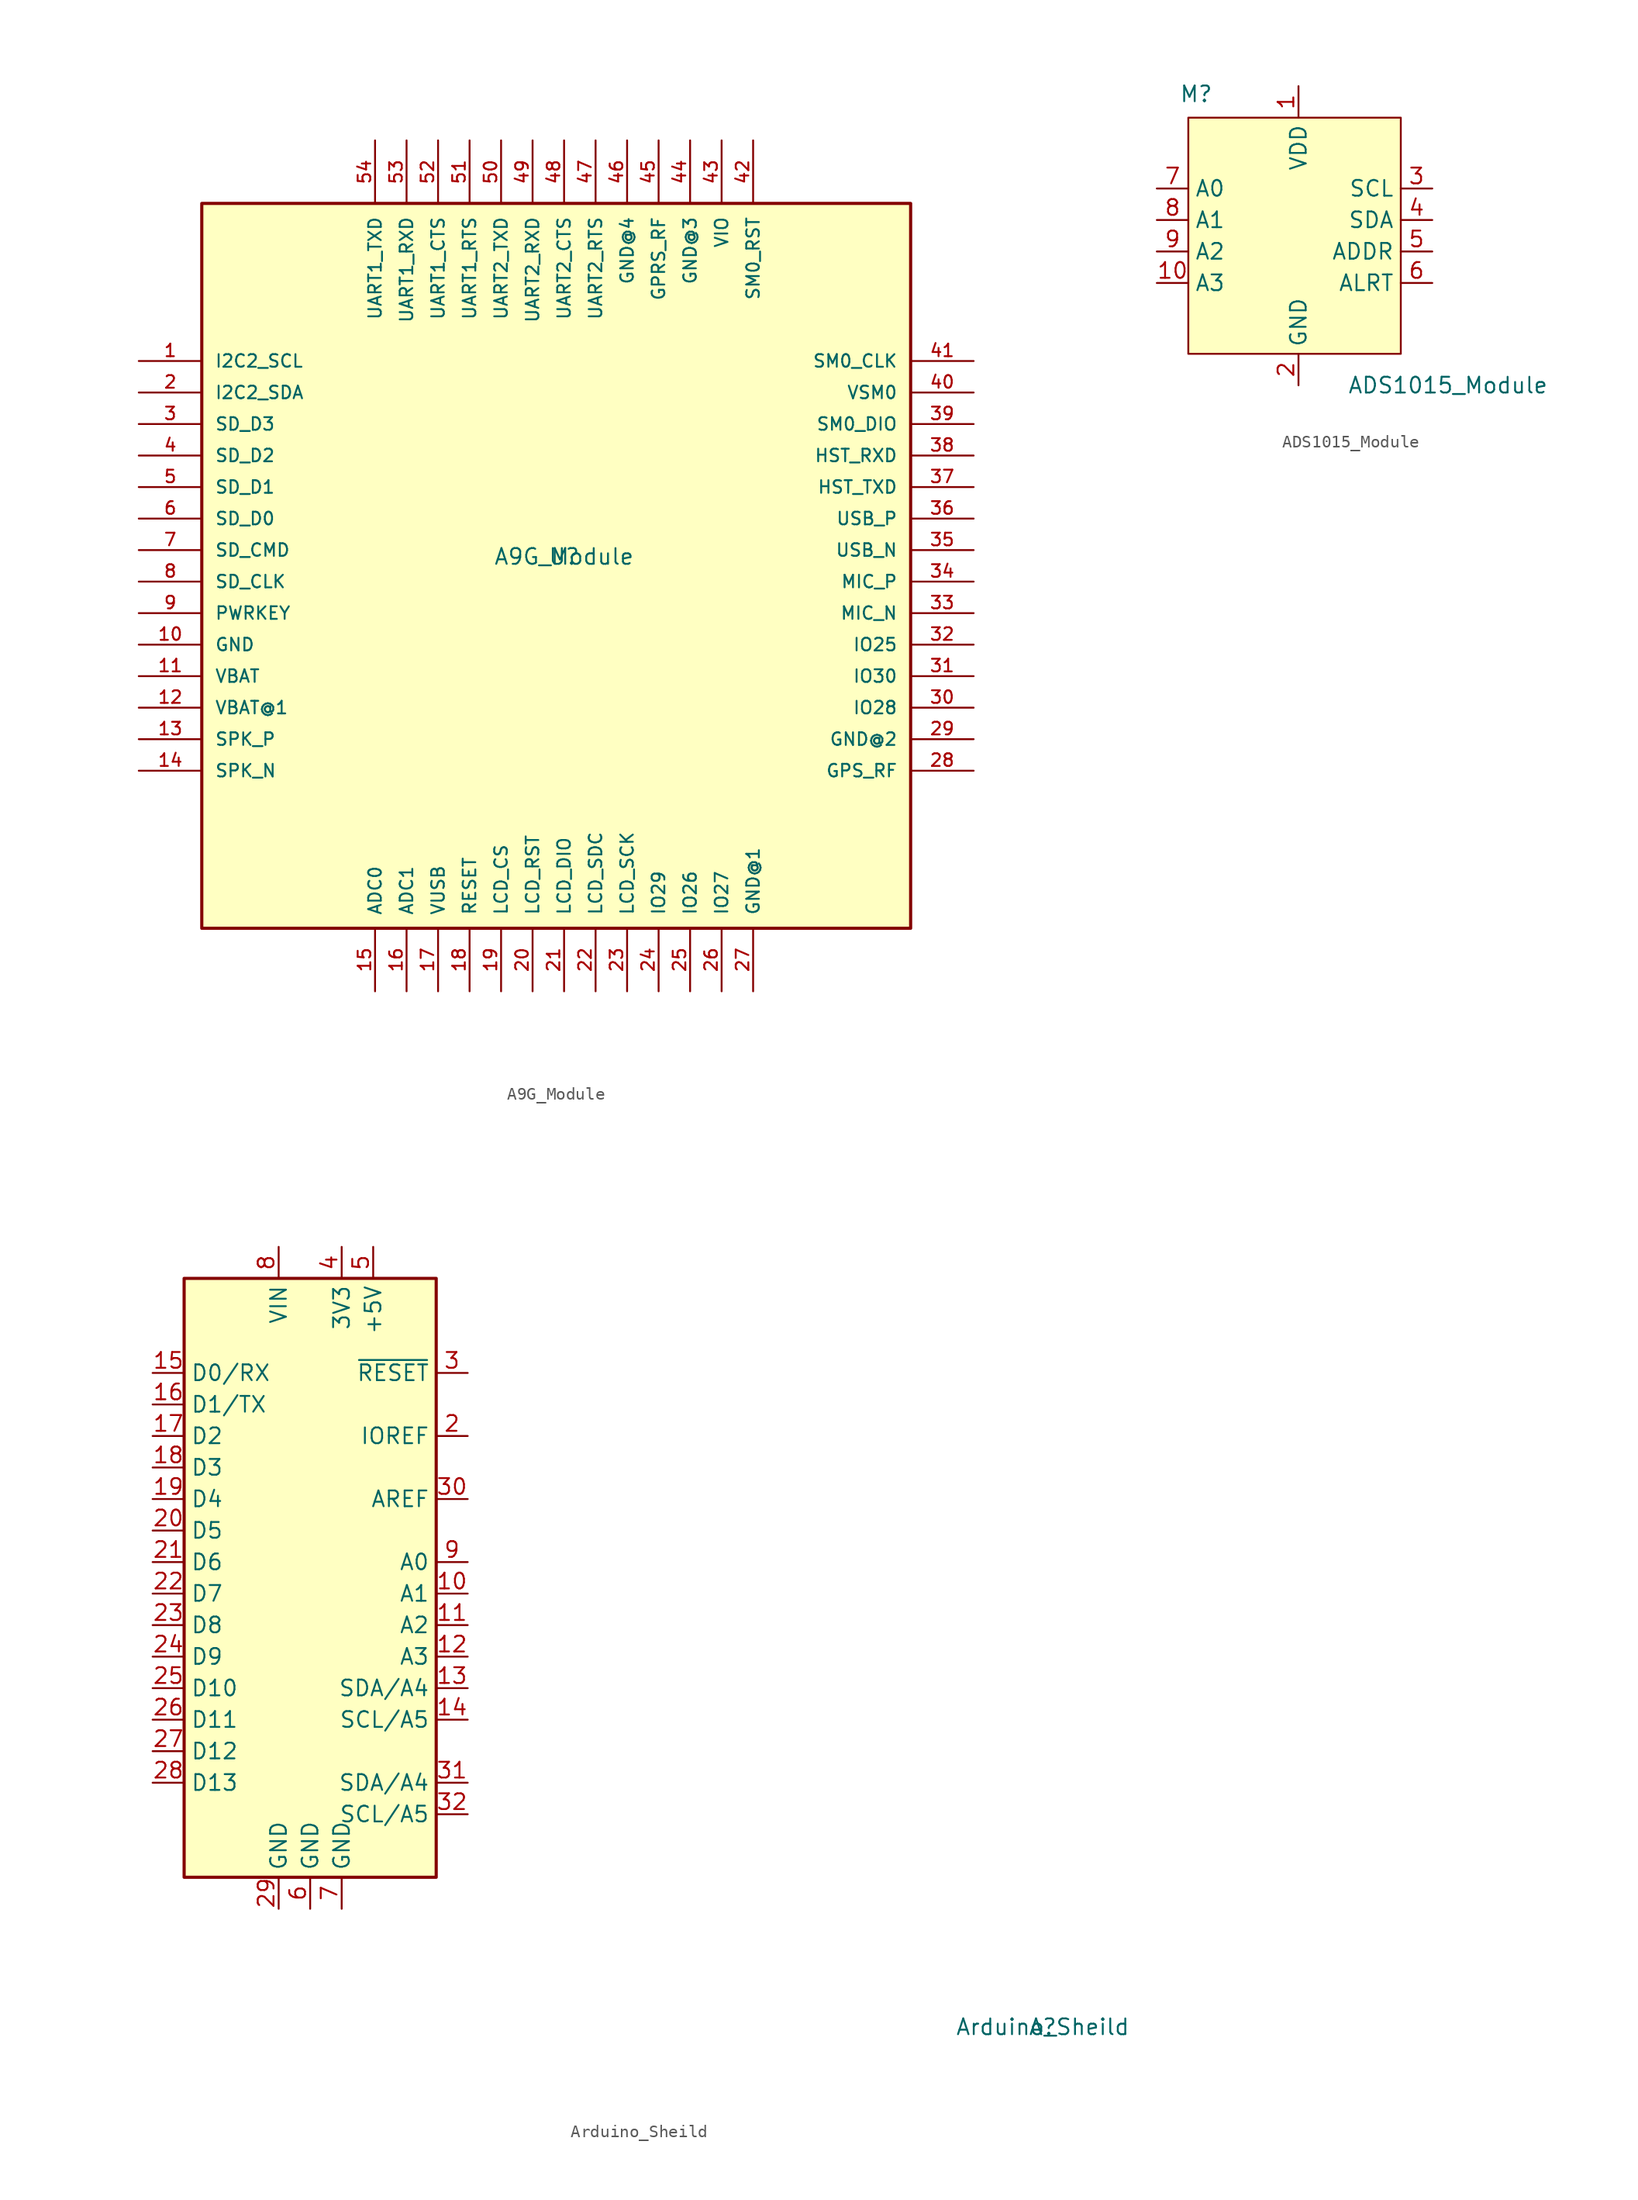
<source format=kicad_sym>
(kicad_symbol_lib
  (version 20220914)
  (generator kicad_symbol_editor)
  (symbol "A9G_Module"
    (pin_names
      (offset 1.016))
    (property "Reference" "U"
      (at 0 0 0)
      (effects (font (size 1.27 1.27)) (justify bottom)))
    (property "Value" "A9G_Module"
      (at 0 0 0)
      (effects (font (size 1.27 1.27)) (justify bottom)))
    (symbol "A9G_Module_0_0"
      (rectangle (start -29.21 -29.21) (end 27.94 29.21) (stroke (width 0.254) (type default)) (fill (type background)))
      (pin bidirectional line (at -34.29 16.51 0) (length 5.08) (name "I2C2_SCL" (effects (font (size 1.016 1.016)))) (number "1" (effects (font (size 1.016 1.016)))))
      (pin bidirectional line (at -34.29 -6.35 0) (length 5.08) (name "GND" (effects (font (size 1.016 1.016)))) (number "10" (effects (font (size 1.016 1.016)))))
      (pin bidirectional line (at -34.29 -8.89 0) (length 5.08) (name "VBAT" (effects (font (size 1.016 1.016)))) (number "11" (effects (font (size 1.016 1.016)))))
      (pin bidirectional line (at -34.29 -11.43 0) (length 5.08) (name "VBAT@1" (effects (font (size 1.016 1.016)))) (number "12" (effects (font (size 1.016 1.016)))))
      (pin bidirectional line (at -34.29 -13.97 0) (length 5.08) (name "SPK_P" (effects (font (size 1.016 1.016)))) (number "13" (effects (font (size 1.016 1.016)))))
      (pin bidirectional line (at -34.29 -16.51 0) (length 5.08) (name "SPK_N" (effects (font (size 1.016 1.016)))) (number "14" (effects (font (size 1.016 1.016)))))
      (pin bidirectional line (at -15.24 -34.29 90) (length 5.08) (name "ADC0" (effects (font (size 1.016 1.016)))) (number "15" (effects (font (size 1.016 1.016)))))
      (pin bidirectional line (at -12.7 -34.29 90) (length 5.08) (name "ADC1" (effects (font (size 1.016 1.016)))) (number "16" (effects (font (size 1.016 1.016)))))
      (pin bidirectional line (at -10.16 -34.29 90) (length 5.08) (name "VUSB" (effects (font (size 1.016 1.016)))) (number "17" (effects (font (size 1.016 1.016)))))
      (pin bidirectional line (at -7.62 -34.29 90) (length 5.08) (name "RESET" (effects (font (size 1.016 1.016)))) (number "18" (effects (font (size 1.016 1.016)))))
      (pin bidirectional line (at -5.08 -34.29 90) (length 5.08) (name "LCD_CS" (effects (font (size 1.016 1.016)))) (number "19" (effects (font (size 1.016 1.016)))))
      (pin bidirectional line (at -34.29 13.97 0) (length 5.08) (name "I2C2_SDA" (effects (font (size 1.016 1.016)))) (number "2" (effects (font (size 1.016 1.016)))))
      (pin bidirectional line (at -2.54 -34.29 90) (length 5.08) (name "LCD_RST" (effects (font (size 1.016 1.016)))) (number "20" (effects (font (size 1.016 1.016)))))
      (pin bidirectional line (at 0 -34.29 90) (length 5.08) (name "LCD_DIO" (effects (font (size 1.016 1.016)))) (number "21" (effects (font (size 1.016 1.016)))))
      (pin bidirectional line (at 2.54 -34.29 90) (length 5.08) (name "LCD_SDC" (effects (font (size 1.016 1.016)))) (number "22" (effects (font (size 1.016 1.016)))))
      (pin bidirectional line (at 5.08 -34.29 90) (length 5.08) (name "LCD_SCK" (effects (font (size 1.016 1.016)))) (number "23" (effects (font (size 1.016 1.016)))))
      (pin bidirectional line (at 7.62 -34.29 90) (length 5.08) (name "IO29" (effects (font (size 1.016 1.016)))) (number "24" (effects (font (size 1.016 1.016)))))
      (pin bidirectional line (at 10.16 -34.29 90) (length 5.08) (name "IO26" (effects (font (size 1.016 1.016)))) (number "25" (effects (font (size 1.016 1.016)))))
      (pin bidirectional line (at 12.7 -34.29 90) (length 5.08) (name "IO27" (effects (font (size 1.016 1.016)))) (number "26" (effects (font (size 1.016 1.016)))))
      (pin bidirectional line (at 15.24 -34.29 90) (length 5.08) (name "GND@1" (effects (font (size 1.016 1.016)))) (number "27" (effects (font (size 1.016 1.016)))))
      (pin bidirectional line (at 33.02 -16.51 180) (length 5.08) (name "GPS_RF" (effects (font (size 1.016 1.016)))) (number "28" (effects (font (size 1.016 1.016)))))
      (pin bidirectional line (at 33.02 -13.97 180) (length 5.08) (name "GND@2" (effects (font (size 1.016 1.016)))) (number "29" (effects (font (size 1.016 1.016)))))
      (pin bidirectional line (at -34.29 11.43 0) (length 5.08) (name "SD_D3" (effects (font (size 1.016 1.016)))) (number "3" (effects (font (size 1.016 1.016)))))
      (pin bidirectional line (at 33.02 -11.43 180) (length 5.08) (name "IO28" (effects (font (size 1.016 1.016)))) (number "30" (effects (font (size 1.016 1.016)))))
      (pin bidirectional line (at 33.02 -8.89 180) (length 5.08) (name "IO30" (effects (font (size 1.016 1.016)))) (number "31" (effects (font (size 1.016 1.016)))))
      (pin bidirectional line (at 33.02 -6.35 180) (length 5.08) (name "IO25" (effects (font (size 1.016 1.016)))) (number "32" (effects (font (size 1.016 1.016)))))
      (pin bidirectional line (at 33.02 -3.81 180) (length 5.08) (name "MIC_N" (effects (font (size 1.016 1.016)))) (number "33" (effects (font (size 1.016 1.016)))))
      (pin bidirectional line (at 33.02 -1.27 180) (length 5.08) (name "MIC_P" (effects (font (size 1.016 1.016)))) (number "34" (effects (font (size 1.016 1.016)))))
      (pin bidirectional line (at 33.02 1.27 180) (length 5.08) (name "USB_N" (effects (font (size 1.016 1.016)))) (number "35" (effects (font (size 1.016 1.016)))))
      (pin bidirectional line (at 33.02 3.81 180) (length 5.08) (name "USB_P" (effects (font (size 1.016 1.016)))) (number "36" (effects (font (size 1.016 1.016)))))
      (pin bidirectional line (at 33.02 6.35 180) (length 5.08) (name "HST_TXD" (effects (font (size 1.016 1.016)))) (number "37" (effects (font (size 1.016 1.016)))))
      (pin bidirectional line (at 33.02 8.89 180) (length 5.08) (name "HST_RXD" (effects (font (size 1.016 1.016)))) (number "38" (effects (font (size 1.016 1.016)))))
      (pin bidirectional line (at 33.02 11.43 180) (length 5.08) (name "SM0_DIO" (effects (font (size 1.016 1.016)))) (number "39" (effects (font (size 1.016 1.016)))))
      (pin bidirectional line (at -34.29 8.89 0) (length 5.08) (name "SD_D2" (effects (font (size 1.016 1.016)))) (number "4" (effects (font (size 1.016 1.016)))))
      (pin bidirectional line (at 33.02 13.97 180) (length 5.08) (name "VSM0" (effects (font (size 1.016 1.016)))) (number "40" (effects (font (size 1.016 1.016)))))
      (pin bidirectional line (at 33.02 16.51 180) (length 5.08) (name "SM0_CLK" (effects (font (size 1.016 1.016)))) (number "41" (effects (font (size 1.016 1.016)))))
      (pin bidirectional line (at 15.24 34.29 270) (length 5.08) (name "SM0_RST" (effects (font (size 1.016 1.016)))) (number "42" (effects (font (size 1.016 1.016)))))
      (pin bidirectional line (at 12.7 34.29 270) (length 5.08) (name "VIO" (effects (font (size 1.016 1.016)))) (number "43" (effects (font (size 1.016 1.016)))))
      (pin bidirectional line (at 10.16 34.29 270) (length 5.08) (name "GND@3" (effects (font (size 1.016 1.016)))) (number "44" (effects (font (size 1.016 1.016)))))
      (pin bidirectional line (at 7.62 34.29 270) (length 5.08) (name "GPRS_RF" (effects (font (size 1.016 1.016)))) (number "45" (effects (font (size 1.016 1.016)))))
      (pin bidirectional line (at 5.08 34.29 270) (length 5.08) (name "GND@4" (effects (font (size 1.016 1.016)))) (number "46" (effects (font (size 1.016 1.016)))))
      (pin bidirectional line (at 2.54 34.29 270) (length 5.08) (name "UART2_RTS" (effects (font (size 1.016 1.016)))) (number "47" (effects (font (size 1.016 1.016)))))
      (pin bidirectional line (at 0 34.29 270) (length 5.08) (name "UART2_CTS" (effects (font (size 1.016 1.016)))) (number "48" (effects (font (size 1.016 1.016)))))
      (pin bidirectional line (at -2.54 34.29 270) (length 5.08) (name "UART2_RXD" (effects (font (size 1.016 1.016)))) (number "49" (effects (font (size 1.016 1.016)))))
      (pin bidirectional line (at -34.29 6.35 0) (length 5.08) (name "SD_D1" (effects (font (size 1.016 1.016)))) (number "5" (effects (font (size 1.016 1.016)))))
      (pin bidirectional line (at -5.08 34.29 270) (length 5.08) (name "UART2_TXD" (effects (font (size 1.016 1.016)))) (number "50" (effects (font (size 1.016 1.016)))))
      (pin bidirectional line (at -7.62 34.29 270) (length 5.08) (name "UART1_RTS" (effects (font (size 1.016 1.016)))) (number "51" (effects (font (size 1.016 1.016)))))
      (pin bidirectional line (at -10.16 34.29 270) (length 5.08) (name "UART1_CTS" (effects (font (size 1.016 1.016)))) (number "52" (effects (font (size 1.016 1.016)))))
      (pin bidirectional line (at -12.7 34.29 270) (length 5.08) (name "UART1_RXD" (effects (font (size 1.016 1.016)))) (number "53" (effects (font (size 1.016 1.016)))))
      (pin bidirectional line (at -15.24 34.29 270) (length 5.08) (name "UART1_TXD" (effects (font (size 1.016 1.016)))) (number "54" (effects (font (size 1.016 1.016)))))
      (pin bidirectional line (at -34.29 3.81 0) (length 5.08) (name "SD_D0" (effects (font (size 1.016 1.016)))) (number "6" (effects (font (size 1.016 1.016)))))
      (pin bidirectional line (at -34.29 1.27 0) (length 5.08) (name "SD_CMD" (effects (font (size 1.016 1.016)))) (number "7" (effects (font (size 1.016 1.016)))))
      (pin bidirectional line (at -34.29 -1.27 0) (length 5.08) (name "SD_CLK" (effects (font (size 1.016 1.016)))) (number "8" (effects (font (size 1.016 1.016)))))
      (pin bidirectional line (at -34.29 -3.81 0) (length 5.08) (name "PWRKEY" (effects (font (size 1.016 1.016)))) (number "9" (effects (font (size 1.016 1.016)))))))
  (symbol "ADS1015_Module"
    (property "Reference" "M"
      (at -6.985 12.065 0)
      (effects (font (size 1.27 1.27))))
    (property "Value" "ADS1015_Module"
      (at 13.335 -11.43 0)
      (effects (font (size 1.27 1.27))))
    (symbol "ADS1015_Module_0_1"
      (rectangle (start -7.62 10.16) (end 9.525 -8.89) (stroke (width 0.152) (type default)) (fill (type background))))
    (symbol "ADS1015_Module_1_1"
      (pin input line (at 1.27 12.7 270) (length 2.54) (name "VDD" (effects (font (size 1.27 1.27)))) (number "1" (effects (font (size 1.27 1.27)))))
      (pin input line (at -10.16 -3.175 0) (length 2.54) (name "A3" (effects (font (size 1.27 1.27)))) (number "10" (effects (font (size 1.27 1.27)))))
      (pin input line (at 1.27 -11.43 90) (length 2.54) (name "GND" (effects (font (size 1.27 1.27)))) (number "2" (effects (font (size 1.27 1.27)))))
      (pin input line (at 12.065 4.445 180) (length 2.54) (name "SCL" (effects (font (size 1.27 1.27)))) (number "3" (effects (font (size 1.27 1.27)))))
      (pin input line (at 12.065 1.905 180) (length 2.54) (name "SDA" (effects (font (size 1.27 1.27)))) (number "4" (effects (font (size 1.27 1.27)))))
      (pin input line (at 12.065 -0.635 180) (length 2.54) (name "ADDR" (effects (font (size 1.27 1.27)))) (number "5" (effects (font (size 1.27 1.27)))))
      (pin input line (at 12.065 -3.175 180) (length 2.54) (name "ALRT" (effects (font (size 1.27 1.27)))) (number "6" (effects (font (size 1.27 1.27)))))
      (pin input line (at -10.16 4.445 0) (length 2.54) (name "A0" (effects (font (size 1.27 1.27)))) (number "7" (effects (font (size 1.27 1.27)))))
      (pin input line (at -10.16 1.905 0) (length 2.54) (name "A1" (effects (font (size 1.27 1.27)))) (number "8" (effects (font (size 1.27 1.27)))))
      (pin input line (at -10.16 -0.635 0) (length 2.54) (name "A2" (effects (font (size 1.27 1.27)))) (number "9" (effects (font (size 1.27 1.27)))))))
  (symbol "Arduino_Sheild"
    (property "Reference" "A"
      (at 57.785 -33.655 0)
      (effects (font (size 1.27 1.27))))
    (property "Value" "Arduino_Sheild"
      (at 57.785 -33.655 0)
      (effects (font (size 1.27 1.27))))
    (symbol "Arduino_Sheild_0_1"
      (rectangle (start -11.43 26.67) (end 8.89 -21.59) (stroke (width 0.254) (type default)) (fill (type background))))
    (symbol "Arduino_Sheild_1_1"
      (pin no_connect line (at -11.43 -16.51 0) (length 2.54) hide (name "NC" (effects (font (size 1.27 1.27)))) (number "1" (effects (font (size 1.27 1.27)))))
      (pin bidirectional line (at 11.43 1.27 180) (length 2.54) (name "A1" (effects (font (size 1.27 1.27)))) (number "10" (effects (font (size 1.27 1.27)))))
      (pin bidirectional line (at 11.43 -1.27 180) (length 2.54) (name "A2" (effects (font (size 1.27 1.27)))) (number "11" (effects (font (size 1.27 1.27)))))
      (pin bidirectional line (at 11.43 -3.81 180) (length 2.54) (name "A3" (effects (font (size 1.27 1.27)))) (number "12" (effects (font (size 1.27 1.27)))))
      (pin bidirectional line (at 11.43 -6.35 180) (length 2.54) (name "SDA/A4" (effects (font (size 1.27 1.27)))) (number "13" (effects (font (size 1.27 1.27)))))
      (pin bidirectional line (at 11.43 -8.89 180) (length 2.54) (name "SCL/A5" (effects (font (size 1.27 1.27)))) (number "14" (effects (font (size 1.27 1.27)))))
      (pin bidirectional line (at -13.97 19.05 0) (length 2.54) (name "D0/RX" (effects (font (size 1.27 1.27)))) (number "15" (effects (font (size 1.27 1.27)))))
      (pin bidirectional line (at -13.97 16.51 0) (length 2.54) (name "D1/TX" (effects (font (size 1.27 1.27)))) (number "16" (effects (font (size 1.27 1.27)))))
      (pin bidirectional line (at -13.97 13.97 0) (length 2.54) (name "D2" (effects (font (size 1.27 1.27)))) (number "17" (effects (font (size 1.27 1.27)))))
      (pin bidirectional line (at -13.97 11.43 0) (length 2.54) (name "D3" (effects (font (size 1.27 1.27)))) (number "18" (effects (font (size 1.27 1.27)))))
      (pin bidirectional line (at -13.97 8.89 0) (length 2.54) (name "D4" (effects (font (size 1.27 1.27)))) (number "19" (effects (font (size 1.27 1.27)))))
      (pin output line (at 11.43 13.97 180) (length 2.54) (name "IOREF" (effects (font (size 1.27 1.27)))) (number "2" (effects (font (size 1.27 1.27)))))
      (pin bidirectional line (at -13.97 6.35 0) (length 2.54) (name "D5" (effects (font (size 1.27 1.27)))) (number "20" (effects (font (size 1.27 1.27)))))
      (pin bidirectional line (at -13.97 3.81 0) (length 2.54) (name "D6" (effects (font (size 1.27 1.27)))) (number "21" (effects (font (size 1.27 1.27)))))
      (pin bidirectional line (at -13.97 1.27 0) (length 2.54) (name "D7" (effects (font (size 1.27 1.27)))) (number "22" (effects (font (size 1.27 1.27)))))
      (pin bidirectional line (at -13.97 -1.27 0) (length 2.54) (name "D8" (effects (font (size 1.27 1.27)))) (number "23" (effects (font (size 1.27 1.27)))))
      (pin bidirectional line (at -13.97 -3.81 0) (length 2.54) (name "D9" (effects (font (size 1.27 1.27)))) (number "24" (effects (font (size 1.27 1.27)))))
      (pin bidirectional line (at -13.97 -6.35 0) (length 2.54) (name "D10" (effects (font (size 1.27 1.27)))) (number "25" (effects (font (size 1.27 1.27)))))
      (pin bidirectional line (at -13.97 -8.89 0) (length 2.54) (name "D11" (effects (font (size 1.27 1.27)))) (number "26" (effects (font (size 1.27 1.27)))))
      (pin bidirectional line (at -13.97 -11.43 0) (length 2.54) (name "D12" (effects (font (size 1.27 1.27)))) (number "27" (effects (font (size 1.27 1.27)))))
      (pin bidirectional line (at -13.97 -13.97 0) (length 2.54) (name "D13" (effects (font (size 1.27 1.27)))) (number "28" (effects (font (size 1.27 1.27)))))
      (pin power_in line (at -3.81 -24.13 90) (length 2.54) (name "GND" (effects (font (size 1.27 1.27)))) (number "29" (effects (font (size 1.27 1.27)))))
      (pin input line (at 11.43 19.05 180) (length 2.54) (name "~{RESET}" (effects (font (size 1.27 1.27)))) (number "3" (effects (font (size 1.27 1.27)))))
      (pin input line (at 11.43 8.89 180) (length 2.54) (name "AREF" (effects (font (size 1.27 1.27)))) (number "30" (effects (font (size 1.27 1.27)))))
      (pin bidirectional line (at 11.43 -13.97 180) (length 2.54) (name "SDA/A4" (effects (font (size 1.27 1.27)))) (number "31" (effects (font (size 1.27 1.27)))))
      (pin bidirectional line (at 11.43 -16.51 180) (length 2.54) (name "SCL/A5" (effects (font (size 1.27 1.27)))) (number "32" (effects (font (size 1.27 1.27)))))
      (pin power_out line (at 1.27 29.21 270) (length 2.54) (name "3V3" (effects (font (size 1.27 1.27)))) (number "4" (effects (font (size 1.27 1.27)))))
      (pin power_out line (at 3.81 29.21 270) (length 2.54) (name "+5V" (effects (font (size 1.27 1.27)))) (number "5" (effects (font (size 1.27 1.27)))))
      (pin power_in line (at -1.27 -24.13 90) (length 2.54) (name "GND" (effects (font (size 1.27 1.27)))) (number "6" (effects (font (size 1.27 1.27)))))
      (pin power_in line (at 1.27 -24.13 90) (length 2.54) (name "GND" (effects (font (size 1.27 1.27)))) (number "7" (effects (font (size 1.27 1.27)))))
      (pin power_in line (at -3.81 29.21 270) (length 2.54) (name "VIN" (effects (font (size 1.27 1.27)))) (number "8" (effects (font (size 1.27 1.27)))))
      (pin bidirectional line (at 11.43 3.81 180) (length 2.54) (name "A0" (effects (font (size 1.27 1.27)))) (number "9" (effects (font (size 1.27 1.27))))))))
</source>
